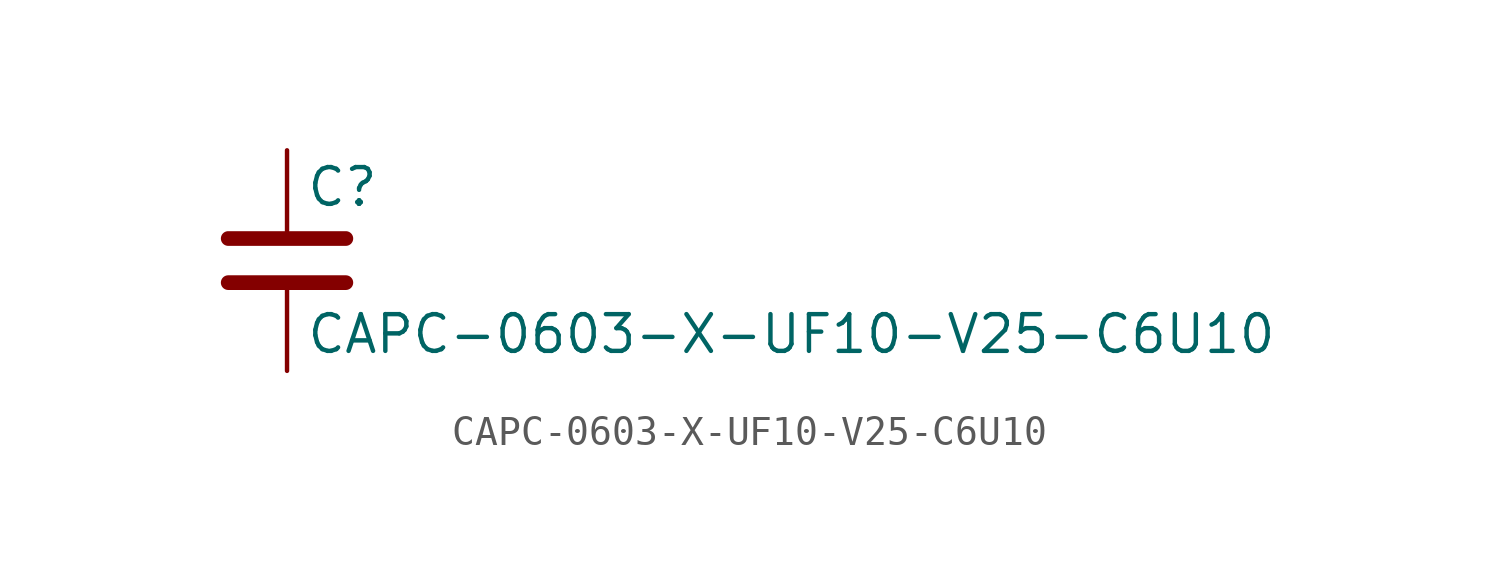
<source format=kicad_sym>
(kicad_symbol_lib
  (version 20211014)
  (generator kicad_symbol_editor)
  (symbol "CAPC-0603-X-UF10-V25-C6U10"
    (pin_numbers hide)
    (pin_names
      (offset 0.254))
    (property "Reference" "C"
      (at 0.635 2.54 0)
      (effects (font (size 1.27 1.27)) (justify left)))
    (property "Value" "CAPC-0603-X-UF10-V25-C6U10"
      (at 0.635 -2.54 0)
      (effects (font (size 1.27 1.27)) (justify left)))
    (symbol "CAPC-0603-X-UF10-V25-C6U10_0_1"
      (polyline (pts (xy -2.032 -0.762) (xy 2.032 -0.762)) (stroke (width 0.508) (type default) (color 0 0 0 0)) (fill (type none)))
      (polyline (pts (xy -2.032 0.762) (xy 2.032 0.762)) (stroke (width 0.508) (type default) (color 0 0 0 0)) (fill (type none))))
    (symbol "CAPC-0603-X-UF10-V25-C6U10_1_1"
      (pin passive line (at 0 3.81 270) (length 2.794) (name "~" (effects (font (size 1.27 1.27)))) (number "1" (effects (font (size 1.27 1.27)))))
      (pin passive line (at 0 -3.81 90) (length 2.794) (name "~" (effects (font (size 1.27 1.27)))) (number "2" (effects (font (size 1.27 1.27))))))))
</source>
